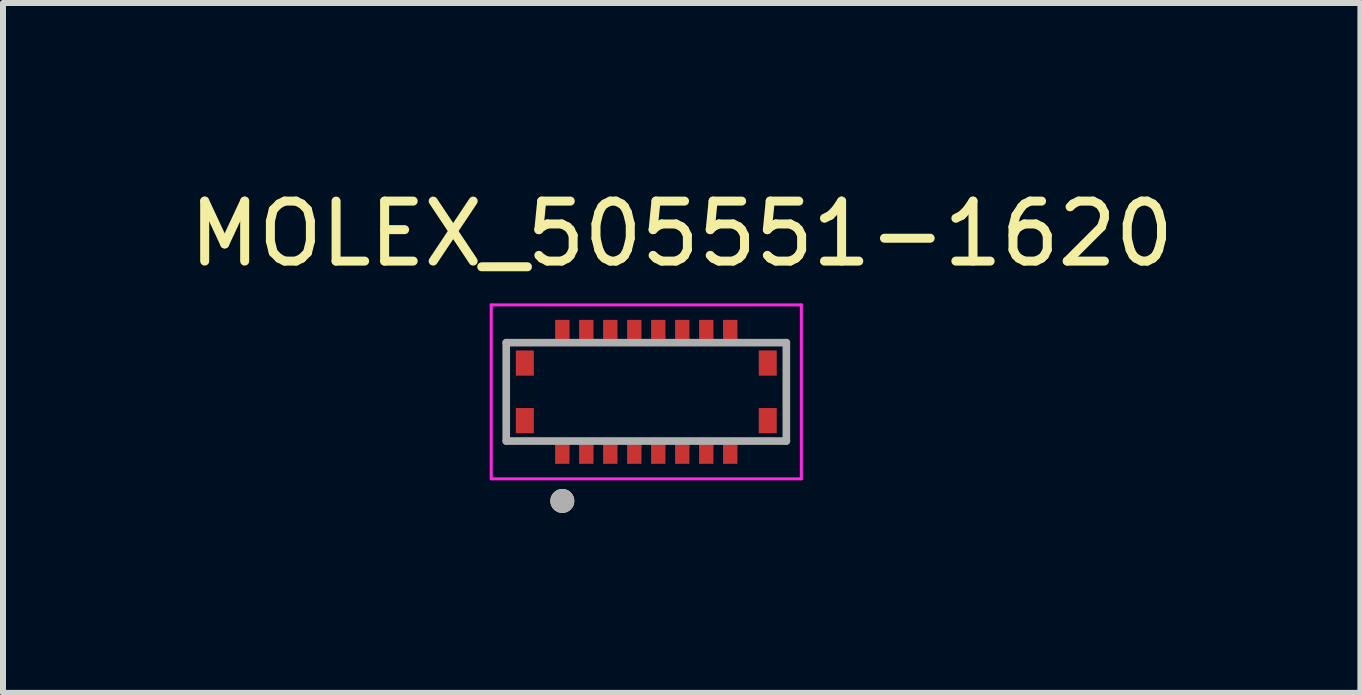
<source format=kicad_pcb>
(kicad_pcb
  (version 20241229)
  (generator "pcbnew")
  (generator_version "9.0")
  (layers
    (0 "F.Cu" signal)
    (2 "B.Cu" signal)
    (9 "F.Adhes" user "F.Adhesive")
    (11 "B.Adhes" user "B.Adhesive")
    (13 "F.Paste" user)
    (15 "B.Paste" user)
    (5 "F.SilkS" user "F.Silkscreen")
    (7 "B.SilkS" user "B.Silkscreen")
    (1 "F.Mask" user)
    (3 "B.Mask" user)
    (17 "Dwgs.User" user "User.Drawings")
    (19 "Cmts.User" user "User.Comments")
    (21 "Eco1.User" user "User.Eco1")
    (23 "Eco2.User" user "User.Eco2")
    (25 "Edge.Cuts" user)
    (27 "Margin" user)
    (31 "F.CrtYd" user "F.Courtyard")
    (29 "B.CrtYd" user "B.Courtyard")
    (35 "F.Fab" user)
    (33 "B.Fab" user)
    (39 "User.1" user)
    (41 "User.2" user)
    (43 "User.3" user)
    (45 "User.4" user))
  (footprint "MOLEX_505551-1620"
    (layer "F.Cu")
    (at 7.725 3.483)
    (property "Reference" "MOLEX_505551-1620" (at 0.59 -2.635 0) (layer "F.SilkS") (effects (font (size 1 1) (thickness 0.15))))
    (attr smd)
    (fp_poly (pts (xy -1.57 -1.25) (xy -1.23 -1.25) (xy -1.23 -0.8) (xy -1.57 -0.8)) (stroke (width 0.01) (type solid)) (fill yes) (layer "F.Mask"))
    (fp_poly (pts (xy -1.57 0.8) (xy -1.23 0.8) (xy -1.23 1.25) (xy -1.57 1.25)) (stroke (width 0.01) (type solid)) (fill yes) (layer "F.Mask"))
    (fp_poly (pts (xy -1.17 -1.25) (xy -0.83 -1.25) (xy -0.83 -0.8) (xy -1.17 -0.8)) (stroke (width 0.01) (type solid)) (fill yes) (layer "F.Mask"))
    (fp_poly (pts (xy -1.17 0.8) (xy -0.83 0.8) (xy -0.83 1.25) (xy -1.17 1.25)) (stroke (width 0.01) (type solid)) (fill yes) (layer "F.Mask"))
    (fp_poly (pts (xy -0.77 -1.25) (xy -0.43 -1.25) (xy -0.43 -0.8) (xy -0.77 -0.8)) (stroke (width 0.01) (type solid)) (fill yes) (layer "F.Mask"))
    (fp_poly (pts (xy -0.77 0.8) (xy -0.43 0.8) (xy -0.43 1.25) (xy -0.77 1.25)) (stroke (width 0.01) (type solid)) (fill yes) (layer "F.Mask"))
    (fp_poly (pts (xy -0.37 -1.25) (xy -0.03 -1.25) (xy -0.03 -0.8) (xy -0.37 -0.8)) (stroke (width 0.01) (type solid)) (fill yes) (layer "F.Mask"))
    (fp_poly (pts (xy -0.37 0.8) (xy -0.03 0.8) (xy -0.03 1.25) (xy -0.37 1.25)) (stroke (width 0.01) (type solid)) (fill yes) (layer "F.Mask"))
    (fp_poly (pts (xy 0.03 -1.25) (xy 0.37 -1.25) (xy 0.37 -0.8) (xy 0.03 -0.8)) (stroke (width 0.01) (type solid)) (fill yes) (layer "F.Mask"))
    (fp_poly (pts (xy 0.03 0.8) (xy 0.37 0.8) (xy 0.37 1.25) (xy 0.03 1.25)) (stroke (width 0.01) (type solid)) (fill yes) (layer "F.Mask"))
    (fp_poly (pts (xy 0.43 -1.25) (xy 0.77 -1.25) (xy 0.77 -0.8) (xy 0.43 -0.8)) (stroke (width 0.01) (type solid)) (fill yes) (layer "F.Mask"))
    (fp_poly (pts (xy 0.43 0.8) (xy 0.77 0.8) (xy 0.77 1.25) (xy 0.43 1.25)) (stroke (width 0.01) (type solid)) (fill yes) (layer "F.Mask"))
    (fp_poly (pts (xy 0.83 -1.25) (xy 1.17 -1.25) (xy 1.17 -0.8) (xy 0.83 -0.8)) (stroke (width 0.01) (type solid)) (fill yes) (layer "F.Mask"))
    (fp_poly (pts (xy 0.83 0.8) (xy 1.17 0.8) (xy 1.17 1.25) (xy 0.83 1.25)) (stroke (width 0.01) (type solid)) (fill yes) (layer "F.Mask"))
    (fp_poly (pts (xy 1.23 -1.25) (xy 1.57 -1.25) (xy 1.57 -0.8) (xy 1.23 -0.8)) (stroke (width 0.01) (type solid)) (fill yes) (layer "F.Mask"))
    (fp_poly (pts (xy 1.23 0.8) (xy 1.57 0.8) (xy 1.57 1.25) (xy 1.23 1.25)) (stroke (width 0.01) (type solid)) (fill yes) (layer "F.Mask"))
    (fp_circle (center -1.4 1.819) (end -1.3 1.819) (stroke (width 0.2) (type solid)) (fill no) (layer "F.SilkS"))
    (fp_line (start -2.585 -1.45) (end -2.585 1.45) (stroke (width 0.05) (type solid)) (layer "F.CrtYd"))
    (fp_line (start -2.585 1.45) (end 2.585 1.45) (stroke (width 0.05) (type solid)) (layer "F.CrtYd"))
    (fp_line (start 2.585 -1.45) (end -2.585 -1.45) (stroke (width 0.05) (type solid)) (layer "F.CrtYd"))
    (fp_line (start 2.585 1.45) (end 2.585 -1.45) (stroke (width 0.05) (type solid)) (layer "F.CrtYd"))
    (fp_line (start -2.335 -0.82) (end 2.335 -0.82) (stroke (width 0.127) (type solid)) (layer "F.Fab"))
    (fp_line (start -2.335 0.82) (end -2.335 -0.82) (stroke (width 0.127) (type solid)) (layer "F.Fab"))
    (fp_line (start 2.335 -0.82) (end 2.335 0.82) (stroke (width 0.127) (type solid)) (layer "F.Fab"))
    (fp_line (start 2.335 0.82) (end -2.335 0.82) (stroke (width 0.127) (type solid)) (layer "F.Fab"))
    (fp_circle (center -1.4 1.819) (end -1.3 1.819) (stroke (width 0.2) (type solid)) (fill no) (layer "F.Fab"))
    (pad "1" smd rect (at -1.4 1.025) (size 0.24 0.35) (layers "F.Cu" "F.Paste"))
    (pad "2" smd rect (at -1.4 -1.025) (size 0.24 0.35) (layers "F.Cu" "F.Paste"))
    (pad "3" smd rect (at -1 1.025) (size 0.24 0.35) (layers "F.Cu" "F.Paste"))
    (pad "4" smd rect (at -1 -1.025) (size 0.24 0.35) (layers "F.Cu" "F.Paste"))
    (pad "5" smd rect (at -0.6 1.025) (size 0.24 0.35) (layers "F.Cu" "F.Paste"))
    (pad "6" smd rect (at -0.6 -1.025) (size 0.24 0.35) (layers "F.Cu" "F.Paste"))
    (pad "7" smd rect (at -0.2 1.025) (size 0.24 0.35) (layers "F.Cu" "F.Paste"))
    (pad "8" smd rect (at -0.2 -1.025) (size 0.24 0.35) (layers "F.Cu" "F.Paste"))
    (pad "9" smd rect (at 0.2 1.025) (size 0.24 0.35) (layers "F.Cu" "F.Paste"))
    (pad "10" smd rect (at 0.2 -1.025) (size 0.24 0.35) (layers "F.Cu" "F.Paste"))
    (pad "11" smd rect (at 0.6 1.025) (size 0.24 0.35) (layers "F.Cu" "F.Paste"))
    (pad "12" smd rect (at 0.6 -1.025) (size 0.24 0.35) (layers "F.Cu" "F.Paste"))
    (pad "13" smd rect (at 1 1.025) (size 0.24 0.35) (layers "F.Cu" "F.Paste"))
    (pad "14" smd rect (at 1 -1.025) (size 0.24 0.35) (layers "F.Cu" "F.Paste"))
    (pad "15" smd rect (at 1.4 1.025) (size 0.24 0.35) (layers "F.Cu" "F.Paste"))
    (pad "16" smd rect (at 1.4 -1.025) (size 0.24 0.35) (layers "F.Cu" "F.Paste"))
    (pad "S1" smd rect (at -2.025 0.48) (size 0.3 0.42) (layers "F.Cu" "F.Mask" "F.Paste"))
    (pad "S2" smd rect (at 2.025 0.48) (size 0.3 0.42) (layers "F.Cu" "F.Mask" "F.Paste"))
    (pad "S3" smd rect (at -2.025 -0.48) (size 0.3 0.42) (layers "F.Cu" "F.Mask" "F.Paste"))
    (pad "S4" smd rect (at 2.025 -0.48) (size 0.3 0.42) (layers "F.Cu" "F.Mask" "F.Paste"))
    (zone (net_name "") (layer "F.Cu") (hatch full 0.508) (connect_pads) (min_thickness 0.01) (filled_areas_thickness no) (keepout (tracks not_allowed) (vias not_allowed) (pads not_allowed) (copperpour not_allowed) (footprints allowed)) (placement (enabled no)) (fill) (polygon (pts (xy 6.175 2.633) (xy 6.475 2.633) (xy 6.475 3.133) (xy 6.175 3.133))))
    (zone (net_name "") (layer "F.Cu") (hatch full 0.508) (connect_pads) (min_thickness 0.01) (filled_areas_thickness no) (keepout (tracks not_allowed) (vias not_allowed) (pads not_allowed) (copperpour not_allowed) (footprints allowed)) (placement (enabled no)) (fill) (polygon (pts (xy 6.175 3.833) (xy 6.475 3.833) (xy 6.475 4.333) (xy 6.175 4.333))))
    (zone (net_name "") (layer "F.Cu") (hatch full 0.508) (connect_pads) (min_thickness 0.01) (filled_areas_thickness no) (keepout (tracks not_allowed) (vias not_allowed) (pads not_allowed) (copperpour not_allowed) (footprints allowed)) (placement (enabled no)) (fill) (polygon (pts (xy 6.575 2.633) (xy 6.875 2.633) (xy 6.875 3.133) (xy 6.575 3.133))))
    (zone (net_name "") (layer "F.Cu") (hatch full 0.508) (connect_pads) (min_thickness 0.01) (filled_areas_thickness no) (keepout (tracks not_allowed) (vias not_allowed) (pads not_allowed) (copperpour not_allowed) (footprints allowed)) (placement (enabled no)) (fill) (polygon (pts (xy 6.575 3.833) (xy 6.875 3.833) (xy 6.875 4.333) (xy 6.575 4.333))))
    (zone (net_name "") (layer "F.Cu") (hatch full 0.508) (connect_pads) (min_thickness 0.01) (filled_areas_thickness no) (keepout (tracks not_allowed) (vias not_allowed) (pads not_allowed) (copperpour not_allowed) (footprints allowed)) (placement (enabled no)) (fill) (polygon (pts (xy 6.975 2.633) (xy 7.275 2.633) (xy 7.275 3.133) (xy 6.975 3.133))))
    (zone (net_name "") (layer "F.Cu") (hatch full 0.508) (connect_pads) (min_thickness 0.01) (filled_areas_thickness no) (keepout (tracks not_allowed) (vias not_allowed) (pads not_allowed) (copperpour not_allowed) (footprints allowed)) (placement (enabled no)) (fill) (polygon (pts (xy 6.975 3.833) (xy 7.275 3.833) (xy 7.275 4.333) (xy 6.975 4.333))))
    (zone (net_name "") (layer "F.Cu") (hatch full 0.508) (connect_pads) (min_thickness 0.01) (filled_areas_thickness no) (keepout (tracks not_allowed) (vias not_allowed) (pads not_allowed) (copperpour not_allowed) (footprints allowed)) (placement (enabled no)) (fill) (polygon (pts (xy 7.375 2.633) (xy 7.675 2.633) (xy 7.675 3.133) (xy 7.375 3.133))))
    (zone (net_name "") (layer "F.Cu") (hatch full 0.508) (connect_pads) (min_thickness 0.01) (filled_areas_thickness no) (keepout (tracks not_allowed) (vias not_allowed) (pads not_allowed) (copperpour not_allowed) (footprints allowed)) (placement (enabled no)) (fill) (polygon (pts (xy 7.375 3.833) (xy 7.675 3.833) (xy 7.675 4.333) (xy 7.375 4.333))))
    (zone (net_name "") (layer "F.Cu") (hatch full 0.508) (connect_pads) (min_thickness 0.01) (filled_areas_thickness no) (keepout (tracks not_allowed) (vias not_allowed) (pads not_allowed) (copperpour not_allowed) (footprints allowed)) (placement (enabled no)) (fill) (polygon (pts (xy 7.775 2.633) (xy 8.075 2.633) (xy 8.075 3.133) (xy 7.775 3.133))))
    (zone (net_name "") (layer "F.Cu") (hatch full 0.508) (connect_pads) (min_thickness 0.01) (filled_areas_thickness no) (keepout (tracks not_allowed) (vias not_allowed) (pads not_allowed) (copperpour not_allowed) (footprints allowed)) (placement (enabled no)) (fill) (polygon (pts (xy 7.775 3.833) (xy 8.075 3.833) (xy 8.075 4.333) (xy 7.775 4.333))))
    (zone (net_name "") (layer "F.Cu") (hatch full 0.508) (connect_pads) (min_thickness 0.01) (filled_areas_thickness no) (keepout (tracks not_allowed) (vias not_allowed) (pads not_allowed) (copperpour not_allowed) (footprints allowed)) (placement (enabled no)) (fill) (polygon (pts (xy 8.175 2.633) (xy 8.475 2.633) (xy 8.475 3.133) (xy 8.175 3.133))))
    (zone (net_name "") (layer "F.Cu") (hatch full 0.508) (connect_pads) (min_thickness 0.01) (filled_areas_thickness no) (keepout (tracks not_allowed) (vias not_allowed) (pads not_allowed) (copperpour not_allowed) (footprints allowed)) (placement (enabled no)) (fill) (polygon (pts (xy 8.175 3.833) (xy 8.475 3.833) (xy 8.475 4.333) (xy 8.175 4.333))))
    (zone (net_name "") (layer "F.Cu") (hatch full 0.508) (connect_pads) (min_thickness 0.01) (filled_areas_thickness no) (keepout (tracks not_allowed) (vias not_allowed) (pads not_allowed) (copperpour not_allowed) (footprints allowed)) (placement (enabled no)) (fill) (polygon (pts (xy 8.575 2.633) (xy 8.875 2.633) (xy 8.875 3.133) (xy 8.575 3.133))))
    (zone (net_name "") (layer "F.Cu") (hatch full 0.508) (connect_pads) (min_thickness 0.01) (filled_areas_thickness no) (keepout (tracks not_allowed) (vias not_allowed) (pads not_allowed) (copperpour not_allowed) (footprints allowed)) (placement (enabled no)) (fill) (polygon (pts (xy 8.575 3.833) (xy 8.875 3.833) (xy 8.875 4.333) (xy 8.575 4.333))))
    (zone (net_name "") (layer "F.Cu") (hatch full 0.508) (connect_pads) (min_thickness 0.01) (filled_areas_thickness no) (keepout (tracks not_allowed) (vias not_allowed) (pads not_allowed) (copperpour not_allowed) (footprints allowed)) (placement (enabled no)) (fill) (polygon (pts (xy 8.975 2.633) (xy 9.275 2.633) (xy 9.275 3.133) (xy 8.975 3.133))))
    (zone (net_name "") (layer "F.Cu") (hatch full 0.508) (connect_pads) (min_thickness 0.01) (filled_areas_thickness no) (keepout (tracks not_allowed) (vias not_allowed) (pads not_allowed) (copperpour not_allowed) (footprints allowed)) (placement (enabled no)) (fill) (polygon (pts (xy 8.975 3.833) (xy 9.275 3.833) (xy 9.275 4.333) (xy 8.975 4.333))))
    (zone (net_name "") (layers "F.Cu" "B.Cu") (hatch full 0.508) (connect_pads) (min_thickness 0.01) (filled_areas_thickness no) (keepout (tracks allowed) (vias not_allowed) (pads allowed) (copperpour allowed) (footprints allowed)) (placement (enabled no)) (fill) (polygon (pts (xy 6.175 2.633) (xy 6.475 2.633) (xy 6.475 3.133) (xy 6.175 3.133))))
    (zone (net_name "") (layers "F.Cu" "B.Cu") (hatch full 0.508) (connect_pads) (min_thickness 0.01) (filled_areas_thickness no) (keepout (tracks allowed) (vias not_allowed) (pads allowed) (copperpour allowed) (footprints allowed)) (placement (enabled no)) (fill) (polygon (pts (xy 6.175 3.833) (xy 6.475 3.833) (xy 6.475 4.333) (xy 6.175 4.333))))
    (zone (net_name "") (layers "F.Cu" "B.Cu") (hatch full 0.508) (connect_pads) (min_thickness 0.01) (filled_areas_thickness no) (keepout (tracks allowed) (vias not_allowed) (pads allowed) (copperpour allowed) (footprints allowed)) (placement (enabled no)) (fill) (polygon (pts (xy 6.575 2.633) (xy 6.875 2.633) (xy 6.875 3.133) (xy 6.575 3.133))))
    (zone (net_name "") (layers "F.Cu" "B.Cu") (hatch full 0.508) (connect_pads) (min_thickness 0.01) (filled_areas_thickness no) (keepout (tracks allowed) (vias not_allowed) (pads allowed) (copperpour allowed) (footprints allowed)) (placement (enabled no)) (fill) (polygon (pts (xy 6.575 3.833) (xy 6.875 3.833) (xy 6.875 4.333) (xy 6.575 4.333))))
    (zone (net_name "") (layers "F.Cu" "B.Cu") (hatch full 0.508) (connect_pads) (min_thickness 0.01) (filled_areas_thickness no) (keepout (tracks allowed) (vias not_allowed) (pads allowed) (copperpour allowed) (footprints allowed)) (placement (enabled no)) (fill) (polygon (pts (xy 6.975 2.633) (xy 7.275 2.633) (xy 7.275 3.133) (xy 6.975 3.133))))
    (zone (net_name "") (layers "F.Cu" "B.Cu") (hatch full 0.508) (connect_pads) (min_thickness 0.01) (filled_areas_thickness no) (keepout (tracks allowed) (vias not_allowed) (pads allowed) (copperpour allowed) (footprints allowed)) (placement (enabled no)) (fill) (polygon (pts (xy 6.975 3.833) (xy 7.275 3.833) (xy 7.275 4.333) (xy 6.975 4.333))))
    (zone (net_name "") (layers "F.Cu" "B.Cu") (hatch full 0.508) (connect_pads) (min_thickness 0.01) (filled_areas_thickness no) (keepout (tracks allowed) (vias not_allowed) (pads allowed) (copperpour allowed) (footprints allowed)) (placement (enabled no)) (fill) (polygon (pts (xy 7.375 2.633) (xy 7.675 2.633) (xy 7.675 3.133) (xy 7.375 3.133))))
    (zone (net_name "") (layers "F.Cu" "B.Cu") (hatch full 0.508) (connect_pads) (min_thickness 0.01) (filled_areas_thickness no) (keepout (tracks allowed) (vias not_allowed) (pads allowed) (copperpour allowed) (footprints allowed)) (placement (enabled no)) (fill) (polygon (pts (xy 7.375 3.833) (xy 7.675 3.833) (xy 7.675 4.333) (xy 7.375 4.333))))
    (zone (net_name "") (layers "F.Cu" "B.Cu") (hatch full 0.508) (connect_pads) (min_thickness 0.01) (filled_areas_thickness no) (keepout (tracks allowed) (vias not_allowed) (pads allowed) (copperpour allowed) (footprints allowed)) (placement (enabled no)) (fill) (polygon (pts (xy 7.775 2.633) (xy 8.075 2.633) (xy 8.075 3.133) (xy 7.775 3.133))))
    (zone (net_name "") (layers "F.Cu" "B.Cu") (hatch full 0.508) (connect_pads) (min_thickness 0.01) (filled_areas_thickness no) (keepout (tracks allowed) (vias not_allowed) (pads allowed) (copperpour allowed) (footprints allowed)) (placement (enabled no)) (fill) (polygon (pts (xy 7.775 3.833) (xy 8.075 3.833) (xy 8.075 4.333) (xy 7.775 4.333))))
    (zone (net_name "") (layers "F.Cu" "B.Cu") (hatch full 0.508) (connect_pads) (min_thickness 0.01) (filled_areas_thickness no) (keepout (tracks allowed) (vias not_allowed) (pads allowed) (copperpour allowed) (footprints allowed)) (placement (enabled no)) (fill) (polygon (pts (xy 8.175 2.633) (xy 8.475 2.633) (xy 8.475 3.133) (xy 8.175 3.133))))
    (zone (net_name "") (layers "F.Cu" "B.Cu") (hatch full 0.508) (connect_pads) (min_thickness 0.01) (filled_areas_thickness no) (keepout (tracks allowed) (vias not_allowed) (pads allowed) (copperpour allowed) (footprints allowed)) (placement (enabled no)) (fill) (polygon (pts (xy 8.175 3.833) (xy 8.475 3.833) (xy 8.475 4.333) (xy 8.175 4.333))))
    (zone (net_name "") (layers "F.Cu" "B.Cu") (hatch full 0.508) (connect_pads) (min_thickness 0.01) (filled_areas_thickness no) (keepout (tracks allowed) (vias not_allowed) (pads allowed) (copperpour allowed) (footprints allowed)) (placement (enabled no)) (fill) (polygon (pts (xy 8.575 2.633) (xy 8.875 2.633) (xy 8.875 3.133) (xy 8.575 3.133))))
    (zone (net_name "") (layers "F.Cu" "B.Cu") (hatch full 0.508) (connect_pads) (min_thickness 0.01) (filled_areas_thickness no) (keepout (tracks allowed) (vias not_allowed) (pads allowed) (copperpour allowed) (footprints allowed)) (placement (enabled no)) (fill) (polygon (pts (xy 8.575 3.833) (xy 8.875 3.833) (xy 8.875 4.333) (xy 8.575 4.333))))
    (zone (net_name "") (layers "F.Cu" "B.Cu") (hatch full 0.508) (connect_pads) (min_thickness 0.01) (filled_areas_thickness no) (keepout (tracks allowed) (vias not_allowed) (pads allowed) (copperpour allowed) (footprints allowed)) (placement (enabled no)) (fill) (polygon (pts (xy 8.975 2.633) (xy 9.275 2.633) (xy 9.275 3.133) (xy 8.975 3.133))))
    (zone (net_name "") (layers "F.Cu" "B.Cu") (hatch full 0.508) (connect_pads) (min_thickness 0.01) (filled_areas_thickness no) (keepout (tracks allowed) (vias not_allowed) (pads allowed) (copperpour allowed) (footprints allowed)) (placement (enabled no)) (fill) (polygon (pts (xy 8.975 3.833) (xy 9.275 3.833) (xy 9.275 4.333) (xy 8.975 4.333)))))
  (gr_rect
    (start -3 -3)
    (end 19.631 8.502)
    (stroke (width 0.1) (type default))
    (fill no)
    (layer "Edge.Cuts")))
</source>
